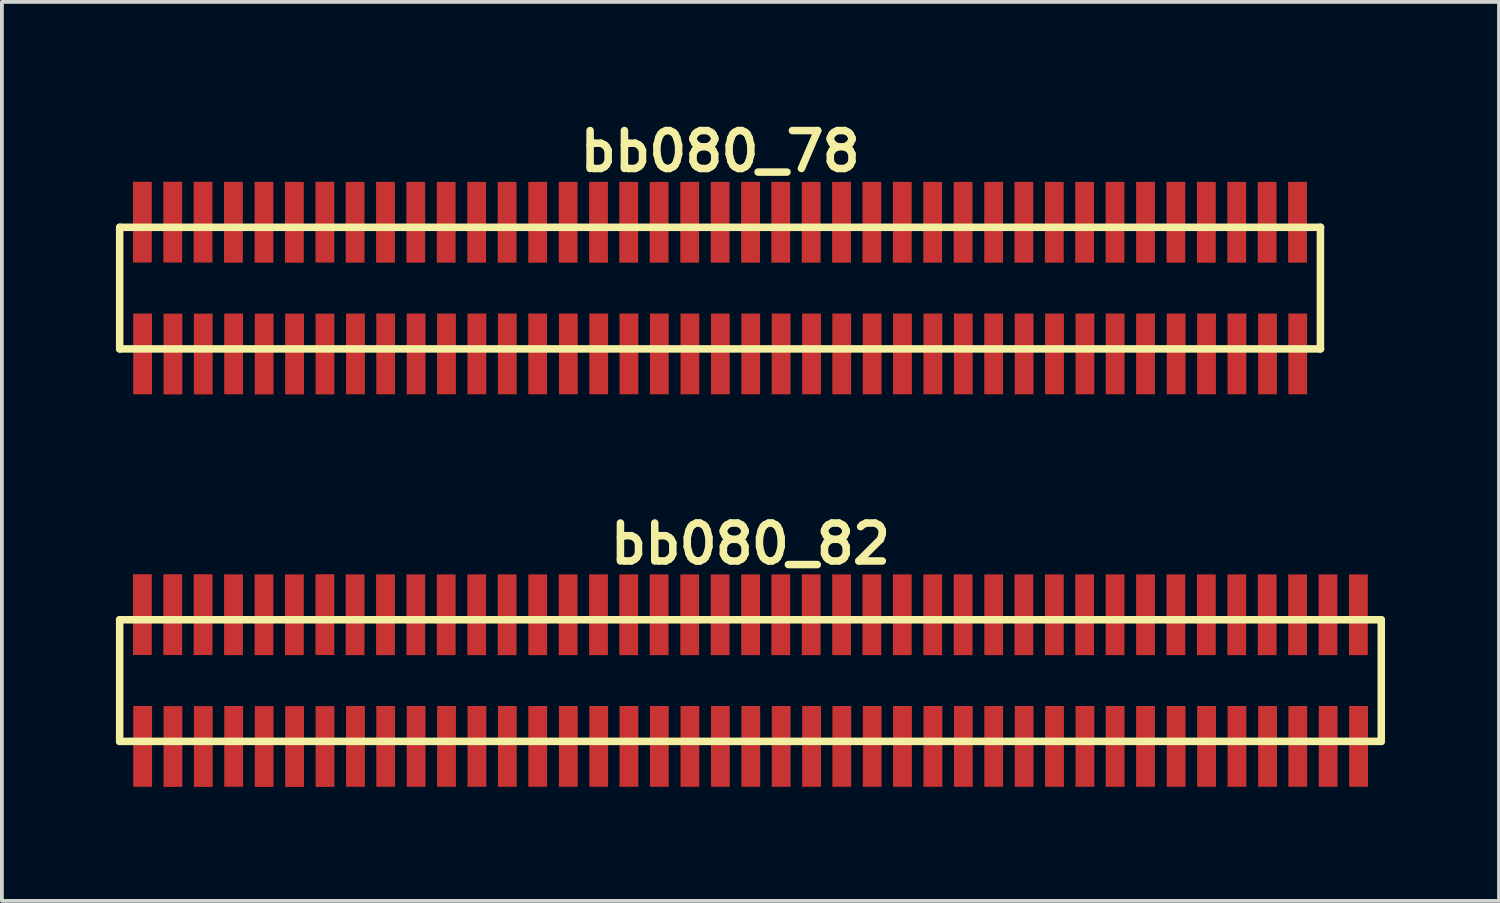
<source format=kicad_pcb>
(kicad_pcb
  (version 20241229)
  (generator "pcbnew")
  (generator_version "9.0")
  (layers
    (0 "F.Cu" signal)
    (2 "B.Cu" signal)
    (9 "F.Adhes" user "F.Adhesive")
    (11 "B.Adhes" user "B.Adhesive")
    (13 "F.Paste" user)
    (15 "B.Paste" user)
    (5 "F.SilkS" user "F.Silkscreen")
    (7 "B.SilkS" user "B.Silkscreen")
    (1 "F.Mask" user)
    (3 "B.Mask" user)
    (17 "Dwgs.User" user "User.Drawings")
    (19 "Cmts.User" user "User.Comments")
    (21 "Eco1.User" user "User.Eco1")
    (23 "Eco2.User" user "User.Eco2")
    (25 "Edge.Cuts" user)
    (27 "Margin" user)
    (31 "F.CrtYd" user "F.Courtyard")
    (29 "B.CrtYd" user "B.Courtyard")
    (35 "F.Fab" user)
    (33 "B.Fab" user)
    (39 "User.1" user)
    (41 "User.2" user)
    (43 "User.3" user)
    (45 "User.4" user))
  (footprint "bb080_82"
    (layer "F.Cu")
    (at 16.698 14.859)
    (property "Reference" "bb080_82" (at 0 -3.599 0) (layer "F.SilkS") (effects (font (size 0.998 0.998) (thickness 0.198))))
    (attr through_hole)
    (fp_line (start -16.599 -1.6) (end -16.599 1.6) (stroke (width 0.198) (type solid)) (layer "F.SilkS"))
    (fp_line (start -16.599 1.6) (end 16.599 1.6) (stroke (width 0.198) (type solid)) (layer "F.SilkS"))
    (fp_line (start 16.599 -1.6) (end -16.599 -1.6) (stroke (width 0.198) (type solid)) (layer "F.SilkS"))
    (fp_line (start 16.599 1.6) (end 16.599 -1.6) (stroke (width 0.198) (type solid)) (layer "F.SilkS"))
    (pad "1" smd rect (at -15.994 1.732) (size 0.495 2.126) (layers "F.Cu" "F.Mask" "F.Paste"))
    (pad "2" smd rect (at -16.002 -1.735) (size 0.495 2.126) (layers "F.Cu" "F.Mask" "F.Paste"))
    (pad "3" smd rect (at -15.197 1.735) (size 0.495 2.126) (layers "F.Cu" "F.Mask" "F.Paste"))
    (pad "4" smd rect (at -15.202 -1.735) (size 0.495 2.126) (layers "F.Cu" "F.Mask" "F.Paste"))
    (pad "5" smd rect (at -14.399 1.735) (size 0.495 2.126) (layers "F.Cu" "F.Mask" "F.Paste"))
    (pad "6" smd rect (at -14.404 -1.735) (size 0.495 2.126) (layers "F.Cu" "F.Mask" "F.Paste"))
    (pad "7" smd rect (at -13.599 1.732) (size 0.495 2.126) (layers "F.Cu" "F.Mask" "F.Paste"))
    (pad "8" smd rect (at -13.604 -1.732) (size 0.495 2.126) (layers "F.Cu" "F.Mask" "F.Paste"))
    (pad "9" smd rect (at -12.797 1.735) (size 0.495 2.126) (layers "F.Cu" "F.Mask" "F.Paste"))
    (pad "10" smd rect (at -12.802 -1.732) (size 0.495 2.126) (layers "F.Cu" "F.Mask" "F.Paste"))
    (pad "11" smd rect (at -11.996 1.735) (size 0.495 2.126) (layers "F.Cu" "F.Mask" "F.Paste"))
    (pad "12" smd rect (at -12.002 -1.732) (size 0.495 2.126) (layers "F.Cu" "F.Mask" "F.Paste"))
    (pad "13" smd rect (at -11.196 1.735) (size 0.495 2.126) (layers "F.Cu" "F.Mask" "F.Paste"))
    (pad "14" smd rect (at -11.199 -1.735) (size 0.495 2.126) (layers "F.Cu" "F.Mask" "F.Paste"))
    (pad "15" smd rect (at -10.394 1.732) (size 0.495 2.126) (layers "F.Cu" "F.Mask" "F.Paste"))
    (pad "16" smd rect (at -10.404 -1.732) (size 0.495 2.126) (layers "F.Cu" "F.Mask" "F.Paste"))
    (pad "17" smd rect (at -9.599 1.732) (size 0.495 2.126) (layers "F.Cu" "F.Mask" "F.Paste"))
    (pad "18" smd rect (at -9.604 -1.732) (size 0.495 2.126) (layers "F.Cu" "F.Mask" "F.Paste"))
    (pad "19" smd rect (at -8.799 1.732) (size 0.495 2.126) (layers "F.Cu" "F.Mask" "F.Paste"))
    (pad "20" smd rect (at -8.806 -1.732) (size 0.495 2.126) (layers "F.Cu" "F.Mask" "F.Paste"))
    (pad "21" smd rect (at -7.998 1.732) (size 0.495 2.126) (layers "F.Cu" "F.Mask" "F.Paste"))
    (pad "22" smd rect (at -8.006 -1.732) (size 0.495 2.126) (layers "F.Cu" "F.Mask" "F.Paste"))
    (pad "23" smd rect (at -7.198 1.732) (size 0.495 2.126) (layers "F.Cu" "F.Mask" "F.Paste"))
    (pad "24" smd rect (at -7.203 -1.732) (size 0.495 2.126) (layers "F.Cu" "F.Mask" "F.Paste"))
    (pad "25" smd rect (at -6.398 1.732) (size 0.495 2.126) (layers "F.Cu" "F.Mask" "F.Paste"))
    (pad "26" smd rect (at -6.403 -1.732) (size 0.495 2.126) (layers "F.Cu" "F.Mask" "F.Paste"))
    (pad "27" smd rect (at -5.598 1.732) (size 0.495 2.126) (layers "F.Cu" "F.Mask" "F.Paste"))
    (pad "28" smd rect (at -5.598 -1.732) (size 0.495 2.126) (layers "F.Cu" "F.Mask" "F.Paste"))
    (pad "29" smd rect (at -4.793 1.732) (size 0.495 2.126) (layers "F.Cu" "F.Mask" "F.Paste"))
    (pad "30" smd rect (at -4.798 -1.732) (size 0.495 2.126) (layers "F.Cu" "F.Mask" "F.Paste"))
    (pad "31" smd rect (at -3.993 1.732) (size 0.495 2.126) (layers "F.Cu" "F.Mask" "F.Paste"))
    (pad "32" smd rect (at -3.998 -1.732) (size 0.495 2.126) (layers "F.Cu" "F.Mask" "F.Paste"))
    (pad "33" smd rect (at -3.198 1.732) (size 0.495 2.126) (layers "F.Cu" "F.Mask" "F.Paste"))
    (pad "34" smd rect (at -3.203 -1.732) (size 0.495 2.126) (layers "F.Cu" "F.Mask" "F.Paste"))
    (pad "35" smd rect (at -2.398 1.732) (size 0.495 2.126) (layers "F.Cu" "F.Mask" "F.Paste"))
    (pad "36" smd rect (at -2.403 -1.732) (size 0.495 2.126) (layers "F.Cu" "F.Mask" "F.Paste"))
    (pad "37" smd rect (at -1.593 1.732) (size 0.495 2.126) (layers "F.Cu" "F.Mask" "F.Paste"))
    (pad "38" smd rect (at -1.598 -1.732) (size 0.495 2.126) (layers "F.Cu" "F.Mask" "F.Paste"))
    (pad "39" smd rect (at -0.792 1.732) (size 0.495 2.126) (layers "F.Cu" "F.Mask" "F.Paste"))
    (pad "40" smd rect (at -0.798 -1.732) (size 0.495 2.126) (layers "F.Cu" "F.Mask" "F.Paste"))
    (pad "41" smd rect (at 0.008 1.732) (size 0.495 2.126) (layers "F.Cu" "F.Mask" "F.Paste"))
    (pad "42" smd rect (at 0.003 -1.732) (size 0.495 2.126) (layers "F.Cu" "F.Mask" "F.Paste"))
    (pad "43" smd rect (at 0.808 1.732) (size 0.495 2.126) (layers "F.Cu" "F.Mask" "F.Paste"))
    (pad "44" smd rect (at 0.798 -1.732) (size 0.495 2.126) (layers "F.Cu" "F.Mask" "F.Paste"))
    (pad "45" smd rect (at 1.608 1.732) (size 0.495 2.126) (layers "F.Cu" "F.Mask" "F.Paste"))
    (pad "46" smd rect (at 1.598 -1.732) (size 0.495 2.126) (layers "F.Cu" "F.Mask" "F.Paste"))
    (pad "47" smd rect (at 2.403 1.732) (size 0.495 2.126) (layers "F.Cu" "F.Mask" "F.Paste"))
    (pad "48" smd rect (at 2.398 -1.732) (size 0.495 2.126) (layers "F.Cu" "F.Mask" "F.Paste"))
    (pad "49" smd rect (at 3.203 1.732) (size 0.495 2.126) (layers "F.Cu" "F.Mask" "F.Paste"))
    (pad "50" smd rect (at 3.195 -1.732) (size 0.495 2.126) (layers "F.Cu" "F.Mask" "F.Paste"))
    (pad "51" smd rect (at 4 1.732) (size 0.495 2.126) (layers "F.Cu" "F.Mask" "F.Paste"))
    (pad "52" smd rect (at 3.995 -1.732) (size 0.495 2.126) (layers "F.Cu" "F.Mask" "F.Paste"))
    (pad "53" smd rect (at 4.801 1.732) (size 0.495 2.126) (layers "F.Cu" "F.Mask" "F.Paste"))
    (pad "54" smd rect (at 4.796 -1.732) (size 0.495 2.126) (layers "F.Cu" "F.Mask" "F.Paste"))
    (pad "55" smd rect (at 5.601 1.732) (size 0.495 2.126) (layers "F.Cu" "F.Mask" "F.Paste"))
    (pad "56" smd rect (at 5.596 -1.732) (size 0.495 2.126) (layers "F.Cu" "F.Mask" "F.Paste"))
    (pad "57" smd rect (at 6.401 1.732) (size 0.495 2.126) (layers "F.Cu" "F.Mask" "F.Paste"))
    (pad "58" smd rect (at 6.401 -1.732) (size 0.495 2.126) (layers "F.Cu" "F.Mask" "F.Paste"))
    (pad "59" smd rect (at 7.201 1.732) (size 0.495 2.126) (layers "F.Cu" "F.Mask" "F.Paste"))
    (pad "60" smd rect (at 7.196 -1.732) (size 0.495 2.126) (layers "F.Cu" "F.Mask" "F.Paste"))
    (pad "61" smd rect (at 8.001 1.732) (size 0.495 2.126) (layers "F.Cu" "F.Mask" "F.Paste"))
    (pad "62" smd rect (at 7.996 -1.732) (size 0.495 2.126) (layers "F.Cu" "F.Mask" "F.Paste"))
    (pad "63" smd rect (at 8.801 1.732) (size 0.495 2.126) (layers "F.Cu" "F.Mask" "F.Paste"))
    (pad "64" smd rect (at 8.793 -1.732) (size 0.495 2.126) (layers "F.Cu" "F.Mask" "F.Paste"))
    (pad "65" smd rect (at 9.596 1.732) (size 0.495 2.126) (layers "F.Cu" "F.Mask" "F.Paste"))
    (pad "66" smd rect (at 9.594 -1.732) (size 0.495 2.126) (layers "F.Cu" "F.Mask" "F.Paste"))
    (pad "67" smd rect (at 10.396 1.732) (size 0.495 2.126) (layers "F.Cu" "F.Mask" "F.Paste"))
    (pad "68" smd rect (at 10.396 -1.732) (size 0.495 2.126) (layers "F.Cu" "F.Mask" "F.Paste"))
    (pad "69" smd rect (at 11.201 1.732) (size 0.495 2.126) (layers "F.Cu" "F.Mask" "F.Paste"))
    (pad "70" smd rect (at 11.196 -1.732) (size 0.495 2.126) (layers "F.Cu" "F.Mask" "F.Paste"))
    (pad "71" smd rect (at 12.002 1.732) (size 0.495 2.126) (layers "F.Cu" "F.Mask" "F.Paste"))
    (pad "72" smd rect (at 11.996 -1.732) (size 0.495 2.126) (layers "F.Cu" "F.Mask" "F.Paste"))
    (pad "73" smd rect (at 12.802 1.732) (size 0.495 2.126) (layers "F.Cu" "F.Mask" "F.Paste"))
    (pad "74" smd rect (at 12.797 -1.732) (size 0.495 2.126) (layers "F.Cu" "F.Mask" "F.Paste"))
    (pad "75" smd rect (at 13.607 1.732) (size 0.495 2.126) (layers "F.Cu" "F.Mask" "F.Paste"))
    (pad "76" smd rect (at 13.597 -1.732) (size 0.495 2.126) (layers "F.Cu" "F.Mask" "F.Paste"))
    (pad "77" smd rect (at 14.402 1.732) (size 0.495 2.126) (layers "F.Cu" "F.Mask" "F.Paste"))
    (pad "78" smd rect (at 14.397 -1.732) (size 0.495 2.126) (layers "F.Cu" "F.Mask" "F.Paste"))
    (pad "79" smd rect (at 15.202 1.732) (size 0.495 2.126) (layers "F.Cu" "F.Mask" "F.Paste"))
    (pad "80" smd rect (at 15.197 -1.732) (size 0.495 2.126) (layers "F.Cu" "F.Mask" "F.Paste"))
    (pad "81" smd rect (at 16.002 1.732) (size 0.495 2.126) (layers "F.Cu" "F.Mask" "F.Paste"))
    (pad "82" smd rect (at 15.997 -1.732) (size 0.495 2.126) (layers "F.Cu" "F.Mask" "F.Paste")))
  (footprint "bb080_78"
    (layer "F.Cu")
    (at 15.9 4.531)
    (property "Reference" "bb080_78" (at 0 -3.599 0) (layer "F.SilkS") (effects (font (size 0.998 0.998) (thickness 0.198))))
    (attr through_hole)
    (fp_line (start -15.801 -1.6) (end -15.801 1.6) (stroke (width 0.198) (type solid)) (layer "F.SilkS"))
    (fp_line (start -15.799 1.6) (end 15.799 1.6) (stroke (width 0.198) (type solid)) (layer "F.SilkS"))
    (fp_line (start 15.796 1.6) (end 15.796 -1.6) (stroke (width 0.198) (type solid)) (layer "F.SilkS"))
    (fp_line (start 15.799 -1.6) (end -15.799 -1.6) (stroke (width 0.198) (type solid)) (layer "F.SilkS"))
    (pad "1" smd rect (at -15.197 1.732) (size 0.495 2.126) (layers "F.Cu" "F.Mask" "F.Paste"))
    (pad "2" smd rect (at -15.204 -1.735) (size 0.495 2.126) (layers "F.Cu" "F.Mask" "F.Paste"))
    (pad "3" smd rect (at -14.399 1.735) (size 0.495 2.126) (layers "F.Cu" "F.Mask" "F.Paste"))
    (pad "4" smd rect (at -14.404 -1.735) (size 0.495 2.126) (layers "F.Cu" "F.Mask" "F.Paste"))
    (pad "5" smd rect (at -13.602 1.735) (size 0.495 2.126) (layers "F.Cu" "F.Mask" "F.Paste"))
    (pad "6" smd rect (at -13.607 -1.735) (size 0.495 2.126) (layers "F.Cu" "F.Mask" "F.Paste"))
    (pad "7" smd rect (at -12.802 1.732) (size 0.495 2.126) (layers "F.Cu" "F.Mask" "F.Paste"))
    (pad "8" smd rect (at -12.807 -1.732) (size 0.495 2.126) (layers "F.Cu" "F.Mask" "F.Paste"))
    (pad "9" smd rect (at -11.999 1.735) (size 0.495 2.126) (layers "F.Cu" "F.Mask" "F.Paste"))
    (pad "10" smd rect (at -12.004 -1.732) (size 0.495 2.126) (layers "F.Cu" "F.Mask" "F.Paste"))
    (pad "11" smd rect (at -11.199 1.735) (size 0.495 2.126) (layers "F.Cu" "F.Mask" "F.Paste"))
    (pad "12" smd rect (at -11.204 -1.732) (size 0.495 2.126) (layers "F.Cu" "F.Mask" "F.Paste"))
    (pad "13" smd rect (at -10.399 1.735) (size 0.495 2.126) (layers "F.Cu" "F.Mask" "F.Paste"))
    (pad "14" smd rect (at -10.401 -1.735) (size 0.495 2.126) (layers "F.Cu" "F.Mask" "F.Paste"))
    (pad "15" smd rect (at -9.596 1.732) (size 0.495 2.126) (layers "F.Cu" "F.Mask" "F.Paste"))
    (pad "16" smd rect (at -9.606 -1.732) (size 0.495 2.126) (layers "F.Cu" "F.Mask" "F.Paste"))
    (pad "17" smd rect (at -8.801 1.732) (size 0.495 2.126) (layers "F.Cu" "F.Mask" "F.Paste"))
    (pad "18" smd rect (at -8.806 -1.732) (size 0.495 2.126) (layers "F.Cu" "F.Mask" "F.Paste"))
    (pad "19" smd rect (at -8.001 1.732) (size 0.495 2.126) (layers "F.Cu" "F.Mask" "F.Paste"))
    (pad "20" smd rect (at -8.009 -1.732) (size 0.495 2.126) (layers "F.Cu" "F.Mask" "F.Paste"))
    (pad "21" smd rect (at -7.201 1.732) (size 0.495 2.126) (layers "F.Cu" "F.Mask" "F.Paste"))
    (pad "22" smd rect (at -7.209 -1.732) (size 0.495 2.126) (layers "F.Cu" "F.Mask" "F.Paste"))
    (pad "23" smd rect (at -6.401 1.732) (size 0.495 2.126) (layers "F.Cu" "F.Mask" "F.Paste"))
    (pad "24" smd rect (at -6.406 -1.732) (size 0.495 2.126) (layers "F.Cu" "F.Mask" "F.Paste"))
    (pad "25" smd rect (at -5.601 1.732) (size 0.495 2.126) (layers "F.Cu" "F.Mask" "F.Paste"))
    (pad "26" smd rect (at -5.606 -1.732) (size 0.495 2.126) (layers "F.Cu" "F.Mask" "F.Paste"))
    (pad "27" smd rect (at -4.801 1.732) (size 0.495 2.126) (layers "F.Cu" "F.Mask" "F.Paste"))
    (pad "28" smd rect (at -4.801 -1.732) (size 0.495 2.126) (layers "F.Cu" "F.Mask" "F.Paste"))
    (pad "29" smd rect (at -3.995 1.732) (size 0.495 2.126) (layers "F.Cu" "F.Mask" "F.Paste"))
    (pad "30" smd rect (at -4 -1.732) (size 0.495 2.126) (layers "F.Cu" "F.Mask" "F.Paste"))
    (pad "31" smd rect (at -3.195 1.732) (size 0.495 2.126) (layers "F.Cu" "F.Mask" "F.Paste"))
    (pad "32" smd rect (at -3.2 -1.732) (size 0.495 2.126) (layers "F.Cu" "F.Mask" "F.Paste"))
    (pad "33" smd rect (at -2.4 1.732) (size 0.495 2.126) (layers "F.Cu" "F.Mask" "F.Paste"))
    (pad "34" smd rect (at -2.405 -1.732) (size 0.495 2.126) (layers "F.Cu" "F.Mask" "F.Paste"))
    (pad "35" smd rect (at -1.6 1.732) (size 0.495 2.126) (layers "F.Cu" "F.Mask" "F.Paste"))
    (pad "36" smd rect (at -1.605 -1.732) (size 0.495 2.126) (layers "F.Cu" "F.Mask" "F.Paste"))
    (pad "37" smd rect (at -0.795 1.732) (size 0.495 2.126) (layers "F.Cu" "F.Mask" "F.Paste"))
    (pad "38" smd rect (at -0.8 -1.732) (size 0.495 2.126) (layers "F.Cu" "F.Mask" "F.Paste"))
    (pad "39" smd rect (at 0.005 1.732) (size 0.495 2.126) (layers "F.Cu" "F.Mask" "F.Paste"))
    (pad "40" smd rect (at 0 -1.732) (size 0.495 2.126) (layers "F.Cu" "F.Mask" "F.Paste"))
    (pad "41" smd rect (at 0.805 1.732) (size 0.495 2.126) (layers "F.Cu" "F.Mask" "F.Paste"))
    (pad "42" smd rect (at 0.8 -1.732) (size 0.495 2.126) (layers "F.Cu" "F.Mask" "F.Paste"))
    (pad "43" smd rect (at 1.605 1.732) (size 0.495 2.126) (layers "F.Cu" "F.Mask" "F.Paste"))
    (pad "44" smd rect (at 1.595 -1.732) (size 0.495 2.126) (layers "F.Cu" "F.Mask" "F.Paste"))
    (pad "45" smd rect (at 2.405 1.732) (size 0.495 2.126) (layers "F.Cu" "F.Mask" "F.Paste"))
    (pad "46" smd rect (at 2.395 -1.732) (size 0.495 2.126) (layers "F.Cu" "F.Mask" "F.Paste"))
    (pad "47" smd rect (at 3.2 1.732) (size 0.495 2.126) (layers "F.Cu" "F.Mask" "F.Paste"))
    (pad "48" smd rect (at 3.195 -1.732) (size 0.495 2.126) (layers "F.Cu" "F.Mask" "F.Paste"))
    (pad "49" smd rect (at 4 1.732) (size 0.495 2.126) (layers "F.Cu" "F.Mask" "F.Paste"))
    (pad "50" smd rect (at 3.993 -1.732) (size 0.495 2.126) (layers "F.Cu" "F.Mask" "F.Paste"))
    (pad "51" smd rect (at 4.798 1.732) (size 0.495 2.126) (layers "F.Cu" "F.Mask" "F.Paste"))
    (pad "52" smd rect (at 4.793 -1.732) (size 0.495 2.126) (layers "F.Cu" "F.Mask" "F.Paste"))
    (pad "53" smd rect (at 5.598 1.732) (size 0.495 2.126) (layers "F.Cu" "F.Mask" "F.Paste"))
    (pad "54" smd rect (at 5.593 -1.732) (size 0.495 2.126) (layers "F.Cu" "F.Mask" "F.Paste"))
    (pad "55" smd rect (at 6.398 1.732) (size 0.495 2.126) (layers "F.Cu" "F.Mask" "F.Paste"))
    (pad "56" smd rect (at 6.393 -1.732) (size 0.495 2.126) (layers "F.Cu" "F.Mask" "F.Paste"))
    (pad "57" smd rect (at 7.198 1.732) (size 0.495 2.126) (layers "F.Cu" "F.Mask" "F.Paste"))
    (pad "58" smd rect (at 7.198 -1.732) (size 0.495 2.126) (layers "F.Cu" "F.Mask" "F.Paste"))
    (pad "59" smd rect (at 7.998 1.732) (size 0.495 2.126) (layers "F.Cu" "F.Mask" "F.Paste"))
    (pad "60" smd rect (at 7.993 -1.732) (size 0.495 2.126) (layers "F.Cu" "F.Mask" "F.Paste"))
    (pad "61" smd rect (at 8.799 1.732) (size 0.495 2.126) (layers "F.Cu" "F.Mask" "F.Paste"))
    (pad "62" smd rect (at 8.793 -1.732) (size 0.495 2.126) (layers "F.Cu" "F.Mask" "F.Paste"))
    (pad "63" smd rect (at 9.599 1.732) (size 0.495 2.126) (layers "F.Cu" "F.Mask" "F.Paste"))
    (pad "64" smd rect (at 9.591 -1.732) (size 0.495 2.126) (layers "F.Cu" "F.Mask" "F.Paste"))
    (pad "65" smd rect (at 10.394 1.732) (size 0.495 2.126) (layers "F.Cu" "F.Mask" "F.Paste"))
    (pad "66" smd rect (at 10.391 -1.732) (size 0.495 2.126) (layers "F.Cu" "F.Mask" "F.Paste"))
    (pad "67" smd rect (at 11.194 1.732) (size 0.495 2.126) (layers "F.Cu" "F.Mask" "F.Paste"))
    (pad "68" smd rect (at 11.194 -1.732) (size 0.495 2.126) (layers "F.Cu" "F.Mask" "F.Paste"))
    (pad "69" smd rect (at 11.999 1.732) (size 0.495 2.126) (layers "F.Cu" "F.Mask" "F.Paste"))
    (pad "70" smd rect (at 11.994 -1.732) (size 0.495 2.126) (layers "F.Cu" "F.Mask" "F.Paste"))
    (pad "71" smd rect (at 12.799 1.732) (size 0.495 2.126) (layers "F.Cu" "F.Mask" "F.Paste"))
    (pad "72" smd rect (at 12.794 -1.732) (size 0.495 2.126) (layers "F.Cu" "F.Mask" "F.Paste"))
    (pad "73" smd rect (at 13.599 1.732) (size 0.495 2.126) (layers "F.Cu" "F.Mask" "F.Paste"))
    (pad "74" smd rect (at 13.594 -1.732) (size 0.495 2.126) (layers "F.Cu" "F.Mask" "F.Paste"))
    (pad "75" smd rect (at 14.404 1.732) (size 0.495 2.126) (layers "F.Cu" "F.Mask" "F.Paste"))
    (pad "76" smd rect (at 14.394 -1.732) (size 0.495 2.126) (layers "F.Cu" "F.Mask" "F.Paste"))
    (pad "77" smd rect (at 15.199 1.732) (size 0.495 2.126) (layers "F.Cu" "F.Mask" "F.Paste"))
    (pad "78" smd rect (at 15.194 -1.732) (size 0.495 2.126) (layers "F.Cu" "F.Mask" "F.Paste")))
  (gr_rect
    (start -3 -3)
    (end 36.396 20.657)
    (stroke (width 0.1) (type default))
    (fill no)
    (layer "Edge.Cuts")))
</source>
